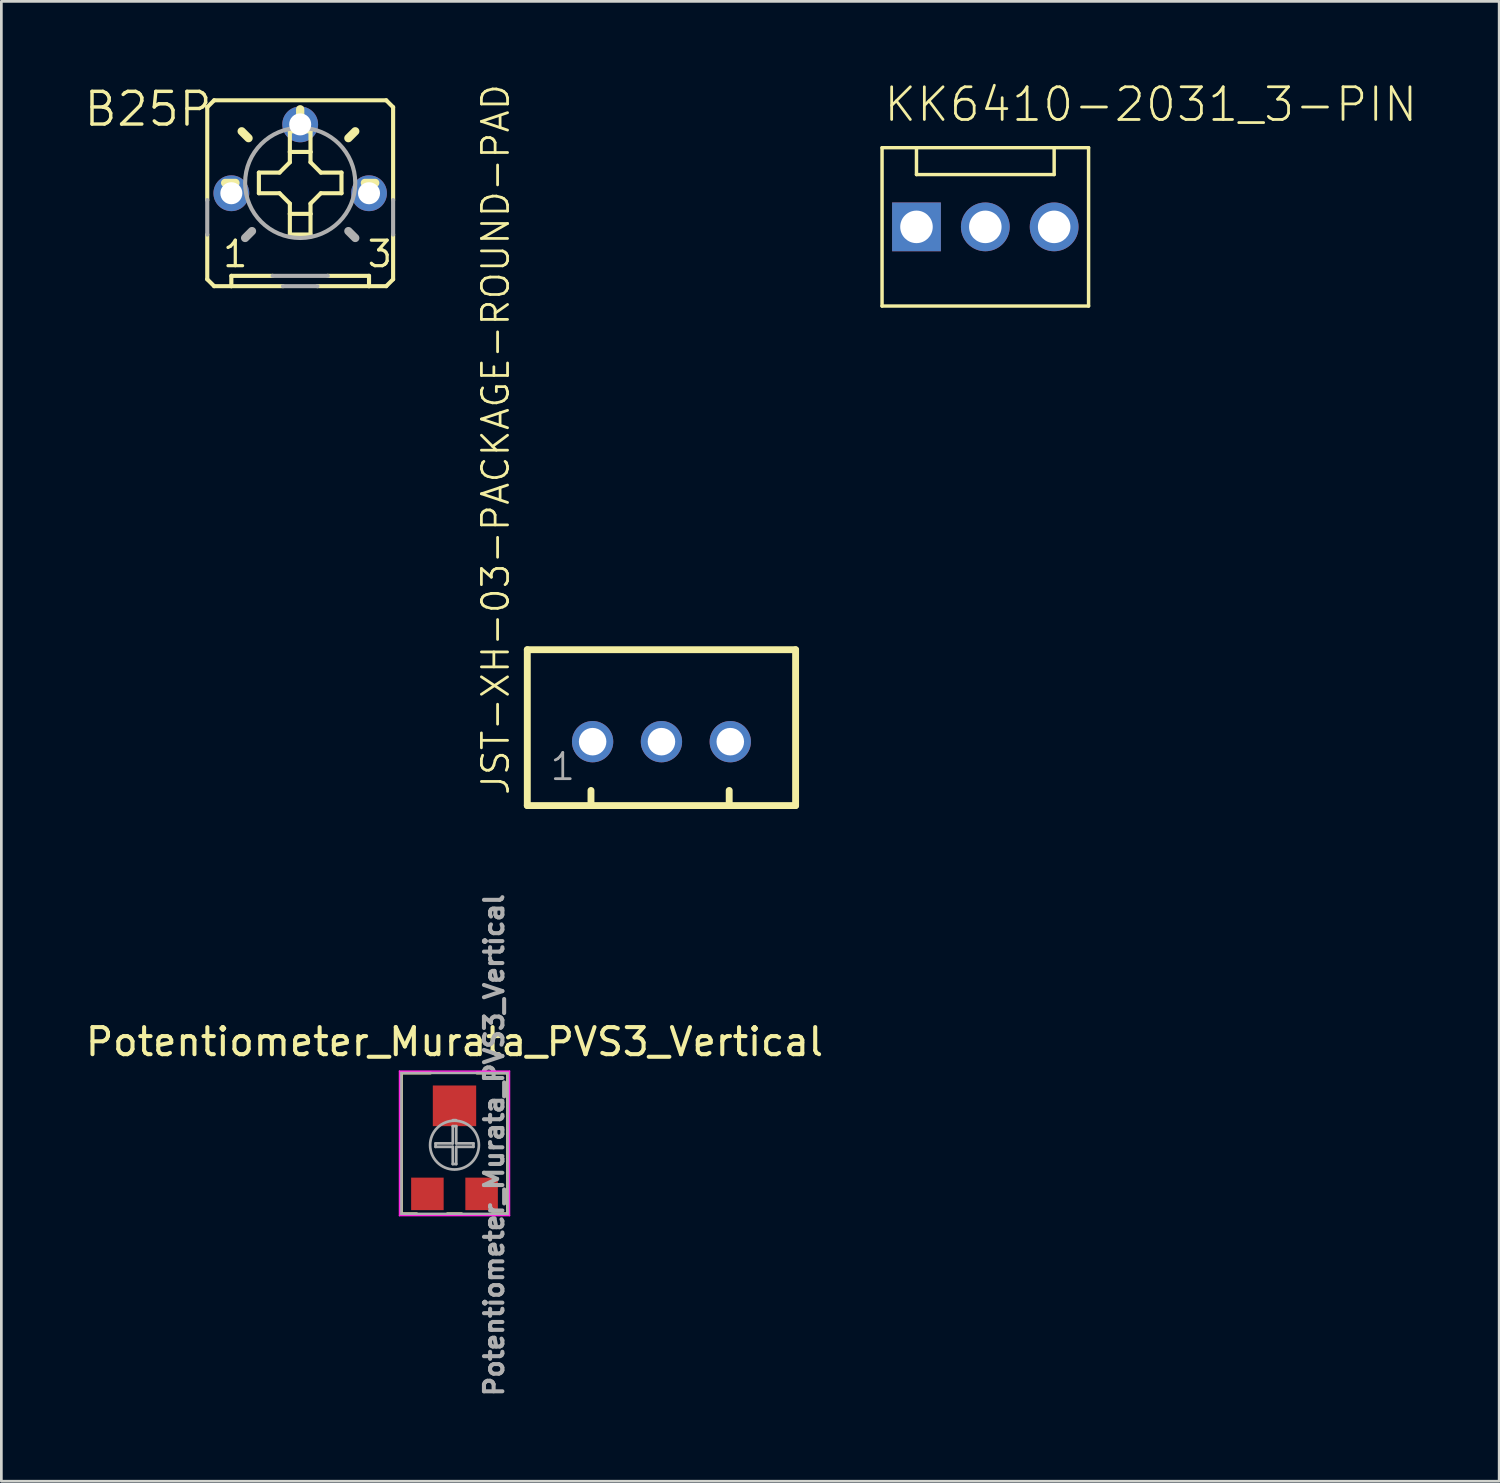
<source format=kicad_pcb>
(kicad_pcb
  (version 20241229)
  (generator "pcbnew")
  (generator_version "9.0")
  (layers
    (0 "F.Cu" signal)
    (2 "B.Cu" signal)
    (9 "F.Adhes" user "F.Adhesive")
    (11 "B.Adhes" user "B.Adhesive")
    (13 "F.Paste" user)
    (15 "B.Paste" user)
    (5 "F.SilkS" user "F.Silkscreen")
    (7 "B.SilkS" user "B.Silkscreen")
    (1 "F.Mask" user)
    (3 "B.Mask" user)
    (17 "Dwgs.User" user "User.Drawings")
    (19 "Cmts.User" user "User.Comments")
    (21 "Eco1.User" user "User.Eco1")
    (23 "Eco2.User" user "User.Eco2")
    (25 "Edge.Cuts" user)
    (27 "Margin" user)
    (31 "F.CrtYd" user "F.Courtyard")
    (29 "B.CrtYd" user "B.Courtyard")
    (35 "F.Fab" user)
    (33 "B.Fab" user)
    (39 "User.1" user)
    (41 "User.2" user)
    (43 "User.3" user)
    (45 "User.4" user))
  (footprint "JST-XH-03-PACKAGE-ROUND-PAD"
    (layer "F.Cu")
    (at 21.356 24.316)
    (property "Reference" "JST-XH-03-PACKAGE-ROUND-PAD" (at -5.555 2.04 90) (layer "F.SilkS") (effects (font (size 0.965 0.965) (thickness 0.102)) (justify left bottom)))
    (attr through_hole)
    (fp_line (start -4.95 -3.393) (end -4.95 2.357) (stroke (width 0.254) (type solid)) (layer "F.SilkS"))
    (fp_line (start -4.95 2.357) (end 4.95 2.357) (stroke (width 0.254) (type solid)) (layer "F.SilkS"))
    (fp_line (start -2.6 2.3) (end -2.6 1.8) (stroke (width 0.254) (type solid)) (layer "F.SilkS"))
    (fp_line (start 2.5 2.3) (end 2.5 1.8) (stroke (width 0.254) (type solid)) (layer "F.SilkS"))
    (fp_line (start 4.95 -3.393) (end -4.95 -3.393) (stroke (width 0.254) (type solid)) (layer "F.SilkS"))
    (fp_line (start 4.95 2.357) (end 4.95 -3.393) (stroke (width 0.254) (type solid)) (layer "F.SilkS"))
    (fp_text user "1" (at -4.168 1.488 0) (layer "F.Fab") (effects (font (size 0.965 0.965) (thickness 0.102)) (justify left bottom)))
    (pad "1" thru_hole circle (at -2.54 0 90) (size 1.524 1.524) (drill 1.016) (layers "*.Cu" "*.Mask"))
    (pad "2" thru_hole circle (at 0 0 90) (size 1.524 1.524) (drill 1.016) (layers "*.Cu" "*.Mask"))
    (pad "3" thru_hole circle (at 2.54 0 90) (size 1.524 1.524) (drill 1.016) (layers "*.Cu" "*.Mask")))
  (footprint "KK6410-2031_3-PIN"
    (layer "F.Cu")
    (at 33.306 5.321)
    (property "Reference" "KK6410-2031_3-PIN" (at -3.81 -3.81 0) (layer "F.SilkS") (effects (font (size 1.206 1.206) (thickness 0.102)) (justify left bottom)))
    (attr through_hole)
    (fp_line (start -3.81 -2.921) (end -2.54 -2.921) (stroke (width 0.127) (type solid)) (layer "F.SilkS"))
    (fp_line (start -3.81 2.921) (end -3.81 -2.921) (stroke (width 0.127) (type solid)) (layer "F.SilkS"))
    (fp_line (start -2.54 -2.921) (end -2.54 -1.93) (stroke (width 0.127) (type solid)) (layer "F.SilkS"))
    (fp_line (start -2.54 -2.921) (end 2.54 -2.921) (stroke (width 0.127) (type solid)) (layer "F.SilkS"))
    (fp_line (start -2.54 -1.93) (end 2.54 -1.93) (stroke (width 0.127) (type solid)) (layer "F.SilkS"))
    (fp_line (start 2.54 -2.921) (end 3.81 -2.921) (stroke (width 0.127) (type solid)) (layer "F.SilkS"))
    (fp_line (start 2.54 -1.93) (end 2.54 -2.921) (stroke (width 0.127) (type solid)) (layer "F.SilkS"))
    (fp_line (start 3.81 -2.921) (end 3.81 2.921) (stroke (width 0.127) (type solid)) (layer "F.SilkS"))
    (fp_line (start 3.81 2.921) (end -3.81 2.921) (stroke (width 0.127) (type solid)) (layer "F.SilkS"))
    (pad "1" thru_hole rect (at -2.54 0) (size 1.8 1.8) (drill 1.2) (layers "*.Cu" "*.Mask"))
    (pad "2" thru_hole circle (at 0 0) (size 1.8 1.8) (drill 1.2) (layers "*.Cu" "*.Mask"))
    (pad "3" thru_hole circle (at 2.54 0) (size 1.8 1.8) (drill 1.2) (layers "*.Cu" "*.Mask")))
  (footprint "B25P"
    (layer "F.Cu")
    (at 8.026 4.08)
    (property "Reference" "B25P" (at -3.175 -3.81 0) (layer "F.SilkS") (effects (font (size 1.206 1.206) (thickness 0.127)) (justify right top)))
    (attr through_hole)
    (fp_line (start -3.429 -3.175) (end -3.429 0.254) (stroke (width 0.152) (type solid)) (layer "F.SilkS"))
    (fp_line (start -3.429 1.524) (end -3.429 3.175) (stroke (width 0.152) (type solid)) (layer "F.SilkS"))
    (fp_line (start -3.175 -3.429) (end -3.429 -3.175) (stroke (width 0.152) (type solid)) (layer "F.SilkS"))
    (fp_line (start -3.175 3.429) (end -3.429 3.175) (stroke (width 0.152) (type solid)) (layer "F.SilkS"))
    (fp_line (start -3.175 3.429) (end -2.54 3.429) (stroke (width 0.152) (type solid)) (layer "F.SilkS"))
    (fp_line (start -2.54 3.048) (end -2.54 3.429) (stroke (width 0.152) (type solid)) (layer "F.SilkS"))
    (fp_line (start -2.54 3.048) (end -1.016 3.048) (stroke (width 0.152) (type solid)) (layer "F.SilkS"))
    (fp_line (start -2.54 3.429) (end -0.635 3.429) (stroke (width 0.152) (type solid)) (layer "F.SilkS"))
    (fp_line (start -2.388 -0.381) (end -2.769 -0.381) (stroke (width 0.305) (type solid)) (layer "F.SilkS"))
    (fp_line (start -1.905 -2.032) (end -2.159 -2.286) (stroke (width 0.305) (type solid)) (layer "F.SilkS"))
    (fp_line (start -1.524 -0.762) (end -1.524 0) (stroke (width 0.152) (type solid)) (layer "F.SilkS"))
    (fp_line (start -1.524 0) (end -0.762 0) (stroke (width 0.152) (type solid)) (layer "F.SilkS"))
    (fp_line (start -0.762 -0.762) (end -1.524 -0.762) (stroke (width 0.152) (type solid)) (layer "F.SilkS"))
    (fp_line (start -0.381 -2.286) (end -0.381 -1.524) (stroke (width 0.152) (type solid)) (layer "F.SilkS"))
    (fp_line (start -0.381 -1.524) (end -0.381 -1.143) (stroke (width 0.152) (type solid)) (layer "F.SilkS"))
    (fp_line (start -0.381 -1.143) (end -0.762 -0.762) (stroke (width 0.152) (type solid)) (layer "F.SilkS"))
    (fp_line (start -0.381 0.381) (end -0.762 0) (stroke (width 0.152) (type solid)) (layer "F.SilkS"))
    (fp_line (start -0.381 0.381) (end -0.381 0.762) (stroke (width 0.152) (type solid)) (layer "F.SilkS"))
    (fp_line (start -0.381 0.762) (end -0.381 1.524) (stroke (width 0.152) (type solid)) (layer "F.SilkS"))
    (fp_line (start -0.381 1.524) (end 0.381 1.524) (stroke (width 0.152) (type solid)) (layer "F.SilkS"))
    (fp_line (start 0 -2.718) (end 0 -3.099) (stroke (width 0.305) (type solid)) (layer "F.SilkS"))
    (fp_line (start 0.381 -2.286) (end -0.381 -2.286) (stroke (width 0.152) (type solid)) (layer "F.SilkS"))
    (fp_line (start 0.381 -1.524) (end -0.381 -1.524) (stroke (width 0.152) (type solid)) (layer "F.SilkS"))
    (fp_line (start 0.381 -1.524) (end 0.381 -2.286) (stroke (width 0.152) (type solid)) (layer "F.SilkS"))
    (fp_line (start 0.381 -1.143) (end 0.381 -1.524) (stroke (width 0.152) (type solid)) (layer "F.SilkS"))
    (fp_line (start 0.381 0.381) (end 0.762 0) (stroke (width 0.152) (type solid)) (layer "F.SilkS"))
    (fp_line (start 0.381 0.762) (end -0.381 0.762) (stroke (width 0.152) (type solid)) (layer "F.SilkS"))
    (fp_line (start 0.381 0.762) (end 0.381 0.381) (stroke (width 0.152) (type solid)) (layer "F.SilkS"))
    (fp_line (start 0.381 1.524) (end 0.381 0.762) (stroke (width 0.152) (type solid)) (layer "F.SilkS"))
    (fp_line (start 0.635 3.429) (end 2.54 3.429) (stroke (width 0.152) (type solid)) (layer "F.SilkS"))
    (fp_line (start 0.762 -0.762) (end 0.381 -1.143) (stroke (width 0.152) (type solid)) (layer "F.SilkS"))
    (fp_line (start 0.762 0) (end 1.524 0) (stroke (width 0.152) (type solid)) (layer "F.SilkS"))
    (fp_line (start 1.016 3.048) (end 2.54 3.048) (stroke (width 0.152) (type solid)) (layer "F.SilkS"))
    (fp_line (start 1.524 -0.762) (end 0.762 -0.762) (stroke (width 0.152) (type solid)) (layer "F.SilkS"))
    (fp_line (start 1.524 0) (end 1.524 -0.762) (stroke (width 0.152) (type solid)) (layer "F.SilkS"))
    (fp_line (start 1.778 -2.032) (end 2.032 -2.286) (stroke (width 0.305) (type solid)) (layer "F.SilkS"))
    (fp_line (start 2.388 -0.381) (end 2.769 -0.381) (stroke (width 0.305) (type solid)) (layer "F.SilkS"))
    (fp_line (start 2.54 3.429) (end 2.54 3.048) (stroke (width 0.152) (type solid)) (layer "F.SilkS"))
    (fp_line (start 2.54 3.429) (end 3.175 3.429) (stroke (width 0.152) (type solid)) (layer "F.SilkS"))
    (fp_line (start 3.175 -3.429) (end -3.175 -3.429) (stroke (width 0.152) (type solid)) (layer "F.SilkS"))
    (fp_line (start 3.175 -3.429) (end 3.429 -3.175) (stroke (width 0.152) (type solid)) (layer "F.SilkS"))
    (fp_line (start 3.175 3.429) (end 3.429 3.175) (stroke (width 0.152) (type solid)) (layer "F.SilkS"))
    (fp_line (start 3.429 0.254) (end 3.429 -3.175) (stroke (width 0.152) (type solid)) (layer "F.SilkS"))
    (fp_line (start 3.429 3.175) (end 3.429 1.524) (stroke (width 0.152) (type solid)) (layer "F.SilkS"))
    (fp_line (start -3.429 0.254) (end -3.429 1.524) (stroke (width 0.152) (type solid)) (layer "F.Fab"))
    (fp_line (start -1.778 1.397) (end -2.032 1.651) (stroke (width 0.305) (type solid)) (layer "F.Fab"))
    (fp_line (start -1.016 3.048) (end 1.016 3.048) (stroke (width 0.152) (type solid)) (layer "F.Fab"))
    (fp_line (start -0.635 3.429) (end 0.635 3.429) (stroke (width 0.152) (type solid)) (layer "F.Fab"))
    (fp_line (start 1.778 1.397) (end 2.032 1.651) (stroke (width 0.305) (type solid)) (layer "F.Fab"))
    (fp_line (start 3.429 1.524) (end 3.429 0.254) (stroke (width 0.152) (type solid)) (layer "F.Fab"))
    (fp_circle (center 0 -0.381) (end 2.032 -0.381) (stroke (width 0.152) (type solid)) (fill no) (layer "F.Fab"))
    (fp_text user "3" (at 2.413 2.794 0) (layer "F.SilkS") (effects (font (size 0.941 0.941) (thickness 0.119)) (justify left bottom)))
    (fp_text user "1" (at -2.921 2.794 0) (layer "F.SilkS") (effects (font (size 0.941 0.941) (thickness 0.119)) (justify left bottom)))
    (pad "A" thru_hole circle (at -2.54 0) (size 1.321 1.321) (drill 0.813) (layers "*.Cu" "*.Mask"))
    (pad "E" thru_hole circle (at 2.54 0) (size 1.321 1.321) (drill 0.813) (layers "*.Cu" "*.Mask"))
    (pad "S" thru_hole circle (at 0 -2.54) (size 1.321 1.321) (drill 0.813) (layers "*.Cu" "*.Mask")))
  (footprint "Potentiometer_Murata_PVS3_Vertical"
    (layer "F.Cu")
    (at 13.72 39.202)
    (property "Reference" "Potentiometer_Murata_PVS3_Vertical" (at 0 -3.81 0) (layer "F.SilkS") (effects (font (size 1 1) (thickness 0.15))))
    (attr smd)
    (fp_line (start -1.968 -2.667) (end -1.968 2.54) (stroke (width 0.12) (type solid)) (layer "F.SilkS"))
    (fp_line (start -1.397 2.54) (end -1.968 2.54) (stroke (width 0.12) (type solid)) (layer "F.SilkS"))
    (fp_line (start -0.889 -2.667) (end -1.968 -2.667) (stroke (width 0.12) (type solid)) (layer "F.SilkS"))
    (fp_line (start 0.26 2.54) (end -0.26 2.54) (stroke (width 0.12) (type solid)) (layer "F.SilkS"))
    (fp_line (start 1.968 -2.667) (end 0.826 -2.667) (stroke (width 0.12) (type solid)) (layer "F.SilkS"))
    (fp_line (start 1.968 -2.667) (end 1.968 2.54) (stroke (width 0.12) (type solid)) (layer "F.SilkS"))
    (fp_line (start 1.968 2.54) (end 1.387 2.54) (stroke (width 0.12) (type solid)) (layer "F.SilkS"))
    (fp_line (start -2.032 -2.731) (end -2.032 2.603) (stroke (width 0.05) (type solid)) (layer "F.CrtYd"))
    (fp_line (start -2.032 2.603) (end 2.032 2.603) (stroke (width 0.05) (type solid)) (layer "F.CrtYd"))
    (fp_line (start 2.032 -2.731) (end -2.032 -2.731) (stroke (width 0.05) (type solid)) (layer "F.CrtYd"))
    (fp_line (start 2.032 2.603) (end 2.032 -2.731) (stroke (width 0.05) (type solid)) (layer "F.CrtYd"))
    (fp_line (start -1.968 -2.667) (end -1.968 2.54) (stroke (width 0.1) (type solid)) (layer "F.Fab"))
    (fp_line (start -1.968 2.54) (end 1.968 2.54) (stroke (width 0.1) (type solid)) (layer "F.Fab"))
    (fp_line (start -0.699 -0.064) (end -0.064 -0.064) (stroke (width 0.1) (type solid)) (layer "F.Fab"))
    (fp_line (start -0.699 0.064) (end -0.699 -0.064) (stroke (width 0.1) (type solid)) (layer "F.Fab"))
    (fp_line (start -0.064 -0.699) (end 0.064 -0.699) (stroke (width 0.1) (type solid)) (layer "F.Fab"))
    (fp_line (start -0.064 -0.064) (end -0.064 -0.699) (stroke (width 0.1) (type solid)) (layer "F.Fab"))
    (fp_line (start -0.064 0.064) (end -0.699 0.064) (stroke (width 0.1) (type solid)) (layer "F.Fab"))
    (fp_line (start -0.064 0.699) (end -0.064 0.064) (stroke (width 0.1) (type solid)) (layer "F.Fab"))
    (fp_line (start -0.058 -0.92) (end 0.058 -0.92) (stroke (width 0.1) (type solid)) (layer "F.Fab"))
    (fp_line (start 0.064 -0.699) (end 0.064 -0.064) (stroke (width 0.1) (type solid)) (layer "F.Fab"))
    (fp_line (start 0.064 -0.064) (end 0.699 -0.064) (stroke (width 0.1) (type solid)) (layer "F.Fab"))
    (fp_line (start 0.064 0.064) (end 0.064 0.699) (stroke (width 0.1) (type solid)) (layer "F.Fab"))
    (fp_line (start 0.064 0.699) (end -0.064 0.699) (stroke (width 0.1) (type solid)) (layer "F.Fab"))
    (fp_line (start 0.699 -0.064) (end 0.699 0.064) (stroke (width 0.1) (type solid)) (layer "F.Fab"))
    (fp_line (start 0.699 0.064) (end 0.064 0.064) (stroke (width 0.1) (type solid)) (layer "F.Fab"))
    (fp_line (start 1.968 -2.667) (end -1.968 -2.667) (stroke (width 0.1) (type solid)) (layer "F.Fab"))
    (fp_line (start 1.968 2.54) (end 1.968 -2.667) (stroke (width 0.1) (type solid)) (layer "F.Fab"))
    (fp_circle (center 0 0) (end 0.9 0) (stroke (width 0.1) (type solid)) (fill no) (layer "F.Fab"))
    (fp_text user "${REFERENCE}" (at 1.46 0 270) (layer "F.Fab") (effects (font (size 0.68 0.68) (thickness 0.15))))
    (pad "A" smd rect (at -1 1.8) (size 1.2 1.2) (layers "F.Cu" "F.Mask" "F.Paste"))
    (pad "E" smd rect (at 1 1.8) (size 1.2 1.2) (layers "F.Cu" "F.Mask" "F.Paste"))
    (pad "S" smd rect (at 0 -1.45) (size 1.6 1.5) (layers "F.Cu" "F.Mask" "F.Paste")))
  (gr_rect
    (start -3 -3)
    (end 52.266 51.604)
    (stroke (width 0.1) (type default))
    (fill no)
    (layer "Edge.Cuts")))
</source>
